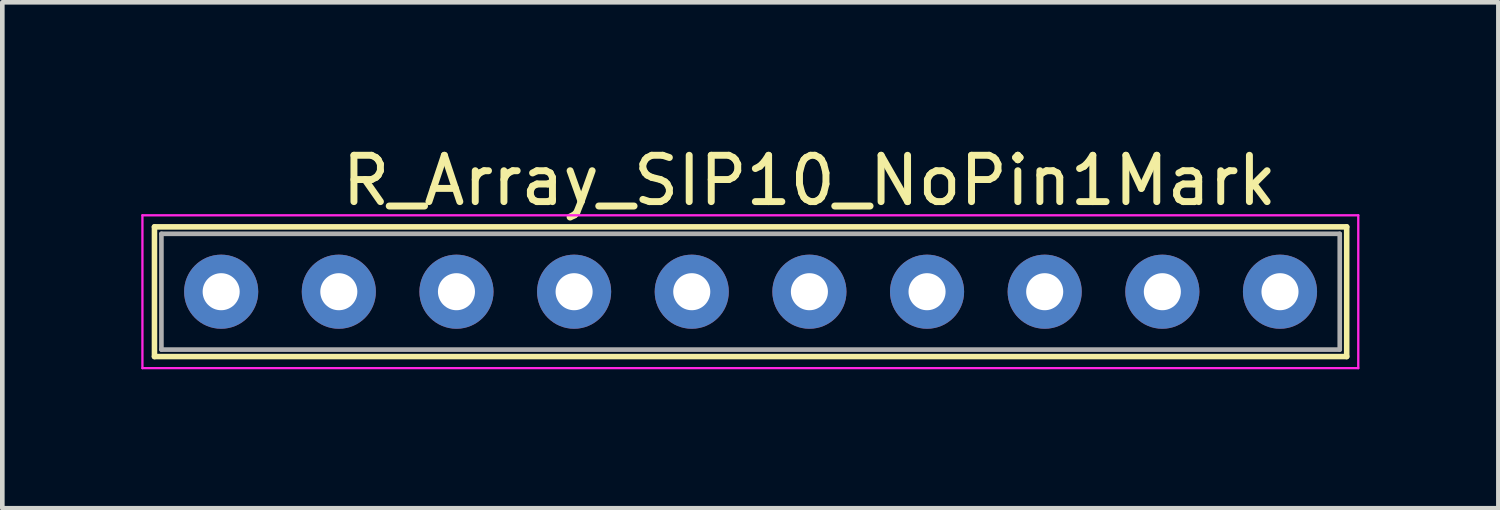
<source format=kicad_pcb>
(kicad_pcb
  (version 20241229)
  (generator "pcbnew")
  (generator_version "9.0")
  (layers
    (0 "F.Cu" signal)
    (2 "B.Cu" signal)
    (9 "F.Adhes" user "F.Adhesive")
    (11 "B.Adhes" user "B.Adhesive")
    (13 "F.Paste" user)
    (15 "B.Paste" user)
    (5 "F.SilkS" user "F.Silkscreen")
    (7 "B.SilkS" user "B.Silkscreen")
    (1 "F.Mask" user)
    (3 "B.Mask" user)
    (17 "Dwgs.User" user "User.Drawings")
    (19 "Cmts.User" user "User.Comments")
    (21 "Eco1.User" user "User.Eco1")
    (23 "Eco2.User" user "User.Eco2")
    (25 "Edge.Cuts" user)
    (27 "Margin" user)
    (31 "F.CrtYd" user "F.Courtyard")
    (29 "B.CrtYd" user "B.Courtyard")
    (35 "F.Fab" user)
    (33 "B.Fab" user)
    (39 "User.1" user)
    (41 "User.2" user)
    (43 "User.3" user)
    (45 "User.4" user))
  (footprint "R_Array_SIP10_NoPin1Mark"
    (layer "F.Cu")
    (at 1.725 3.248)
    (property "Reference" "R_Array_SIP10_NoPin1Mark" (at 12.7 -2.4 0) (layer "F.SilkS") (effects (font (size 1 1) (thickness 0.15))))
    (attr through_hole)
    (fp_line (start -1.44 -1.4) (end -1.44 1.4) (stroke (width 0.12) (type solid)) (layer "F.SilkS"))
    (fp_line (start -1.44 1.4) (end 24.3 1.4) (stroke (width 0.12) (type solid)) (layer "F.SilkS"))
    (fp_line (start 24.3 -1.4) (end -1.44 -1.4) (stroke (width 0.12) (type solid)) (layer "F.SilkS"))
    (fp_line (start 24.3 1.4) (end 24.3 -1.4) (stroke (width 0.12) (type solid)) (layer "F.SilkS"))
    (fp_line (start -1.7 -1.65) (end -1.7 1.65) (stroke (width 0.05) (type solid)) (layer "F.CrtYd"))
    (fp_line (start -1.7 1.65) (end 24.55 1.65) (stroke (width 0.05) (type solid)) (layer "F.CrtYd"))
    (fp_line (start 24.55 -1.65) (end -1.7 -1.65) (stroke (width 0.05) (type solid)) (layer "F.CrtYd"))
    (fp_line (start 24.55 1.65) (end 24.55 -1.65) (stroke (width 0.05) (type solid)) (layer "F.CrtYd"))
    (fp_line (start -1.29 -1.25) (end -1.29 1.25) (stroke (width 0.1) (type solid)) (layer "F.Fab"))
    (fp_line (start -1.29 1.25) (end 24.15 1.25) (stroke (width 0.1) (type solid)) (layer "F.Fab"))
    (fp_line (start 24.15 -1.25) (end -1.29 -1.25) (stroke (width 0.1) (type solid)) (layer "F.Fab"))
    (fp_line (start 24.15 1.25) (end 24.15 -1.25) (stroke (width 0.1) (type solid)) (layer "F.Fab"))
    (pad "1" thru_hole circle (at 0 0) (size 1.6 1.6) (drill 0.8) (layers "*.Cu" "*.Mask"))
    (pad "2" thru_hole oval (at 2.54 0) (size 1.6 1.6) (drill 0.8) (layers "*.Cu" "*.Mask"))
    (pad "3" thru_hole oval (at 5.08 0) (size 1.6 1.6) (drill 0.8) (layers "*.Cu" "*.Mask"))
    (pad "4" thru_hole oval (at 7.62 0) (size 1.6 1.6) (drill 0.8) (layers "*.Cu" "*.Mask"))
    (pad "5" thru_hole oval (at 10.16 0) (size 1.6 1.6) (drill 0.8) (layers "*.Cu" "*.Mask"))
    (pad "6" thru_hole oval (at 12.7 0) (size 1.6 1.6) (drill 0.8) (layers "*.Cu" "*.Mask"))
    (pad "7" thru_hole oval (at 15.24 0) (size 1.6 1.6) (drill 0.8) (layers "*.Cu" "*.Mask"))
    (pad "8" thru_hole oval (at 17.78 0) (size 1.6 1.6) (drill 0.8) (layers "*.Cu" "*.Mask"))
    (pad "9" thru_hole oval (at 20.32 0) (size 1.6 1.6) (drill 0.8) (layers "*.Cu" "*.Mask"))
    (pad "10" thru_hole oval (at 22.86 0) (size 1.6 1.6) (drill 0.8) (layers "*.Cu" "*.Mask")))
  (gr_rect
    (start -3 -3)
    (end 29.3 7.923)
    (stroke (width 0.1) (type default))
    (fill no)
    (layer "Edge.Cuts")))
</source>
